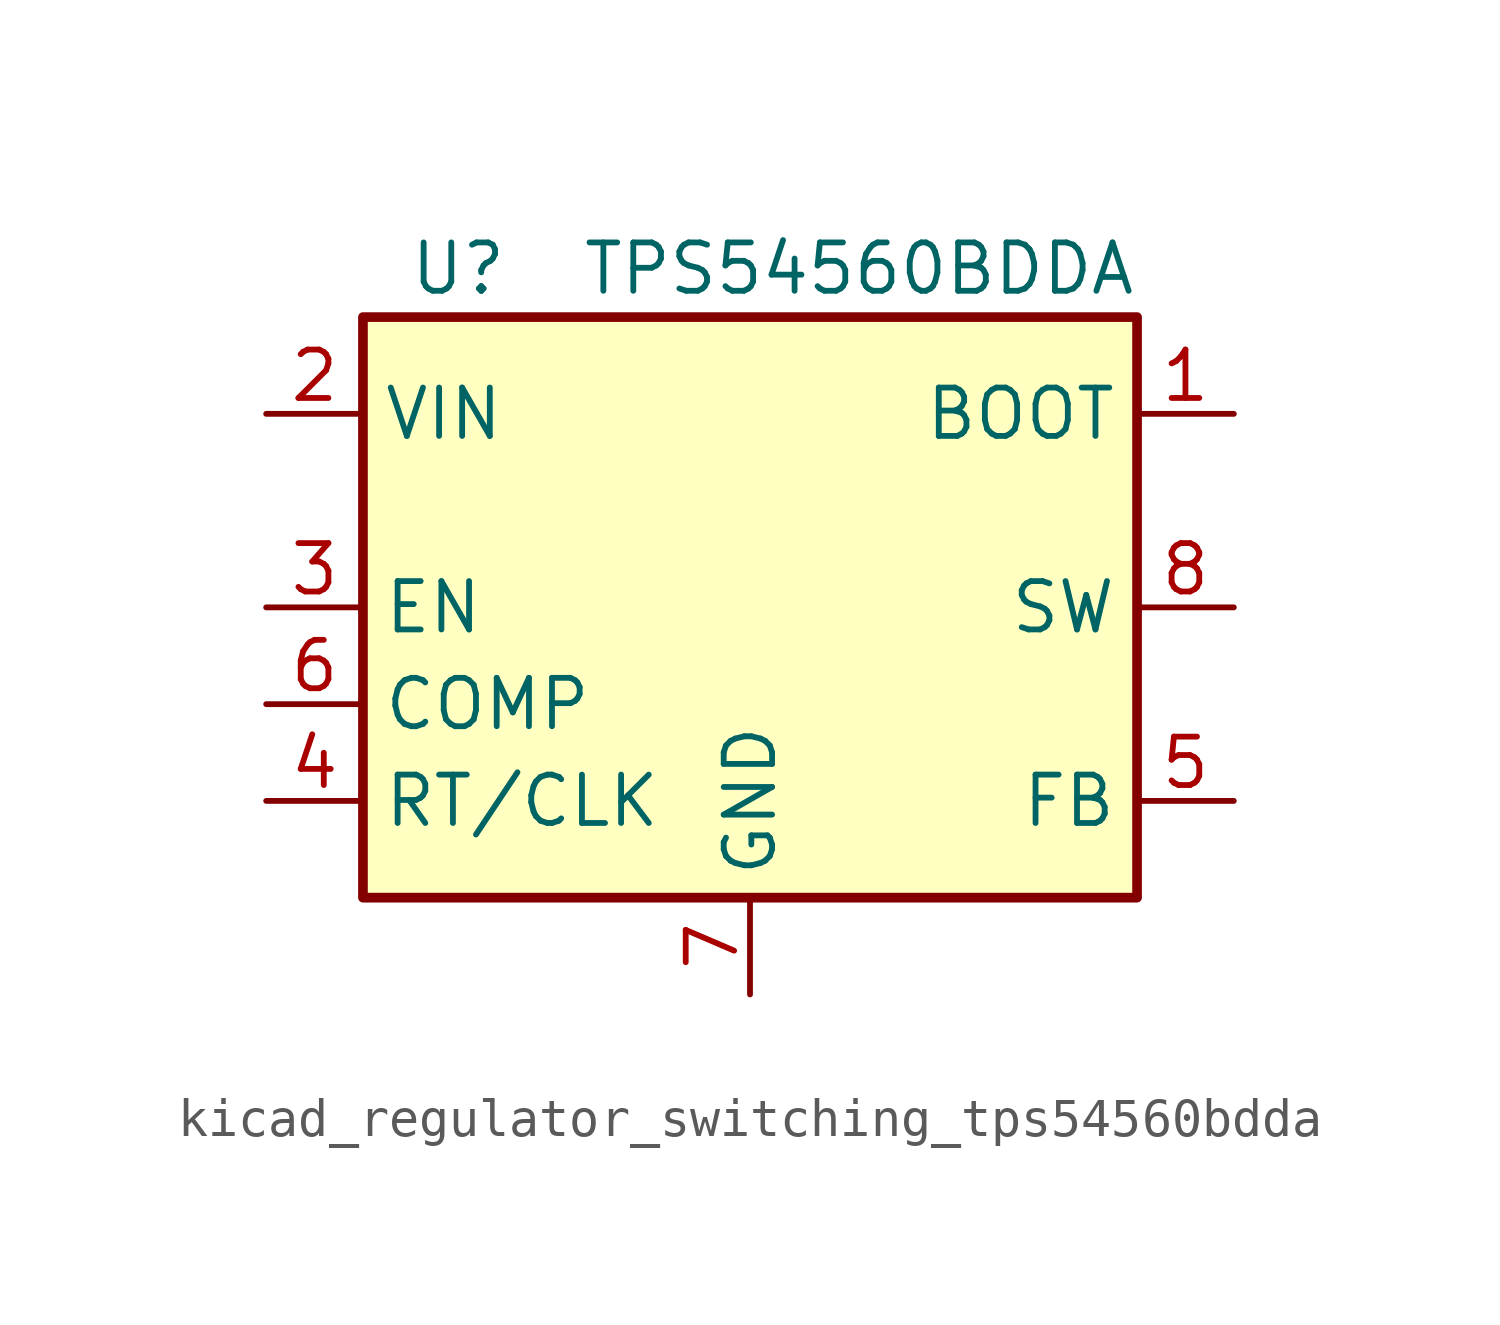
<source format=kicad_sym>
(kicad_symbol_lib
  (version 20220914)
  (generator kicad_symbol_editor)
  (symbol "kicad_regulator_switching_tps54560bdda"
    (property "Reference" "U"
      (at -6.35 8.89 0)
      (effects (font (size 1.27 1.27)) (justify right)))
    (property "Value" "TPS54560BDDA"
      (at 10.16 8.89 0)
      (effects (font (size 1.27 1.27)) (justify right)))
    (symbol "kicad_regulator_switching_tps54560bdda_0_1"
      (rectangle (start -10.16 7.62) (end 10.16 -7.62) (stroke (width 0.254) (type default)) (fill (type background))))
    (symbol "kicad_regulator_switching_tps54560bdda_1_1"
      (pin passive line (at 12.7 5.08 180) (length 2.54) (name "BOOT" (effects (font (size 1.27 1.27)))) (number "1" (effects (font (size 1.27 1.27)))))
      (pin power_in line (at -12.7 5.08 0) (length 2.54) (name "VIN" (effects (font (size 1.27 1.27)))) (number "2" (effects (font (size 1.27 1.27)))))
      (pin input line (at -12.7 0 0) (length 2.54) (name "EN" (effects (font (size 1.27 1.27)))) (number "3" (effects (font (size 1.27 1.27)))))
      (pin passive line (at -12.7 -5.08 0) (length 2.54) (name "RT/CLK" (effects (font (size 1.27 1.27)))) (number "4" (effects (font (size 1.27 1.27)))))
      (pin input line (at 12.7 -5.08 180) (length 2.54) (name "FB" (effects (font (size 1.27 1.27)))) (number "5" (effects (font (size 1.27 1.27)))))
      (pin output line (at -12.7 -2.54 0) (length 2.54) (name "COMP" (effects (font (size 1.27 1.27)))) (number "6" (effects (font (size 1.27 1.27)))))
      (pin power_in line (at 0 -10.16 90) (length 2.54) (name "GND" (effects (font (size 1.27 1.27)))) (number "7" (effects (font (size 1.27 1.27)))))
      (pin power_out line (at 12.7 0 180) (length 2.54) (name "SW" (effects (font (size 1.27 1.27)))) (number "8" (effects (font (size 1.27 1.27)))))
      (pin passive line (at 0 -10.16 90) (length 2.54) hide (name "GND" (effects (font (size 1.27 1.27)))) (number "9" (effects (font (size 1.27 1.27))))))))
</source>
